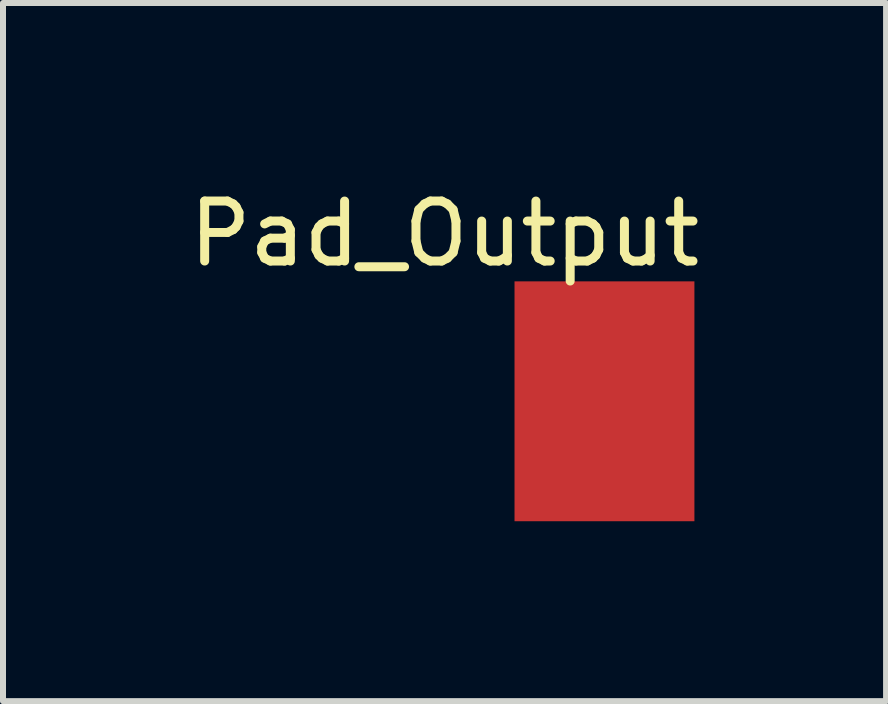
<source format=kicad_pcb>
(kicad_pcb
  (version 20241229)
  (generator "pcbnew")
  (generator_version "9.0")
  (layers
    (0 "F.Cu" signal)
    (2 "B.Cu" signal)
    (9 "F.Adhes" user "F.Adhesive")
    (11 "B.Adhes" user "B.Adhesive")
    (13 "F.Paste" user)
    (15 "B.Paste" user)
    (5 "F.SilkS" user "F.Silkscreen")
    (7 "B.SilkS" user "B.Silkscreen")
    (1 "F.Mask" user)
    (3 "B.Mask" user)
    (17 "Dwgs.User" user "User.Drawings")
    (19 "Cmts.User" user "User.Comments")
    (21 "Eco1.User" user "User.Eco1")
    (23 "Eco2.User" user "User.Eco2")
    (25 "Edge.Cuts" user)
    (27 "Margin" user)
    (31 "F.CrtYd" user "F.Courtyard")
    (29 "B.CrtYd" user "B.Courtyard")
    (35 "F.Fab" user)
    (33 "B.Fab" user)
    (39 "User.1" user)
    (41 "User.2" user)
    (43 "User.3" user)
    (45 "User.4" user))
  (footprint "Pad_Output"
    (layer "F.Cu")
    (at 7.03 3.642)
    (property "Reference" "Pad_Output" (at -2.667 -2.794 0) (layer "F.SilkS") (effects (font (size 1 1) (thickness 0.15))))
    (attr through_hole)
    (pad "1" smd rect (at 0 0) (size 3 4) (layers "F.Cu" "F.Mask" "F.Paste")))
  (gr_rect
    (start -3 -3)
    (end 11.726 8.642)
    (stroke (width 0.1) (type default))
    (fill no)
    (layer "Edge.Cuts")))
</source>
